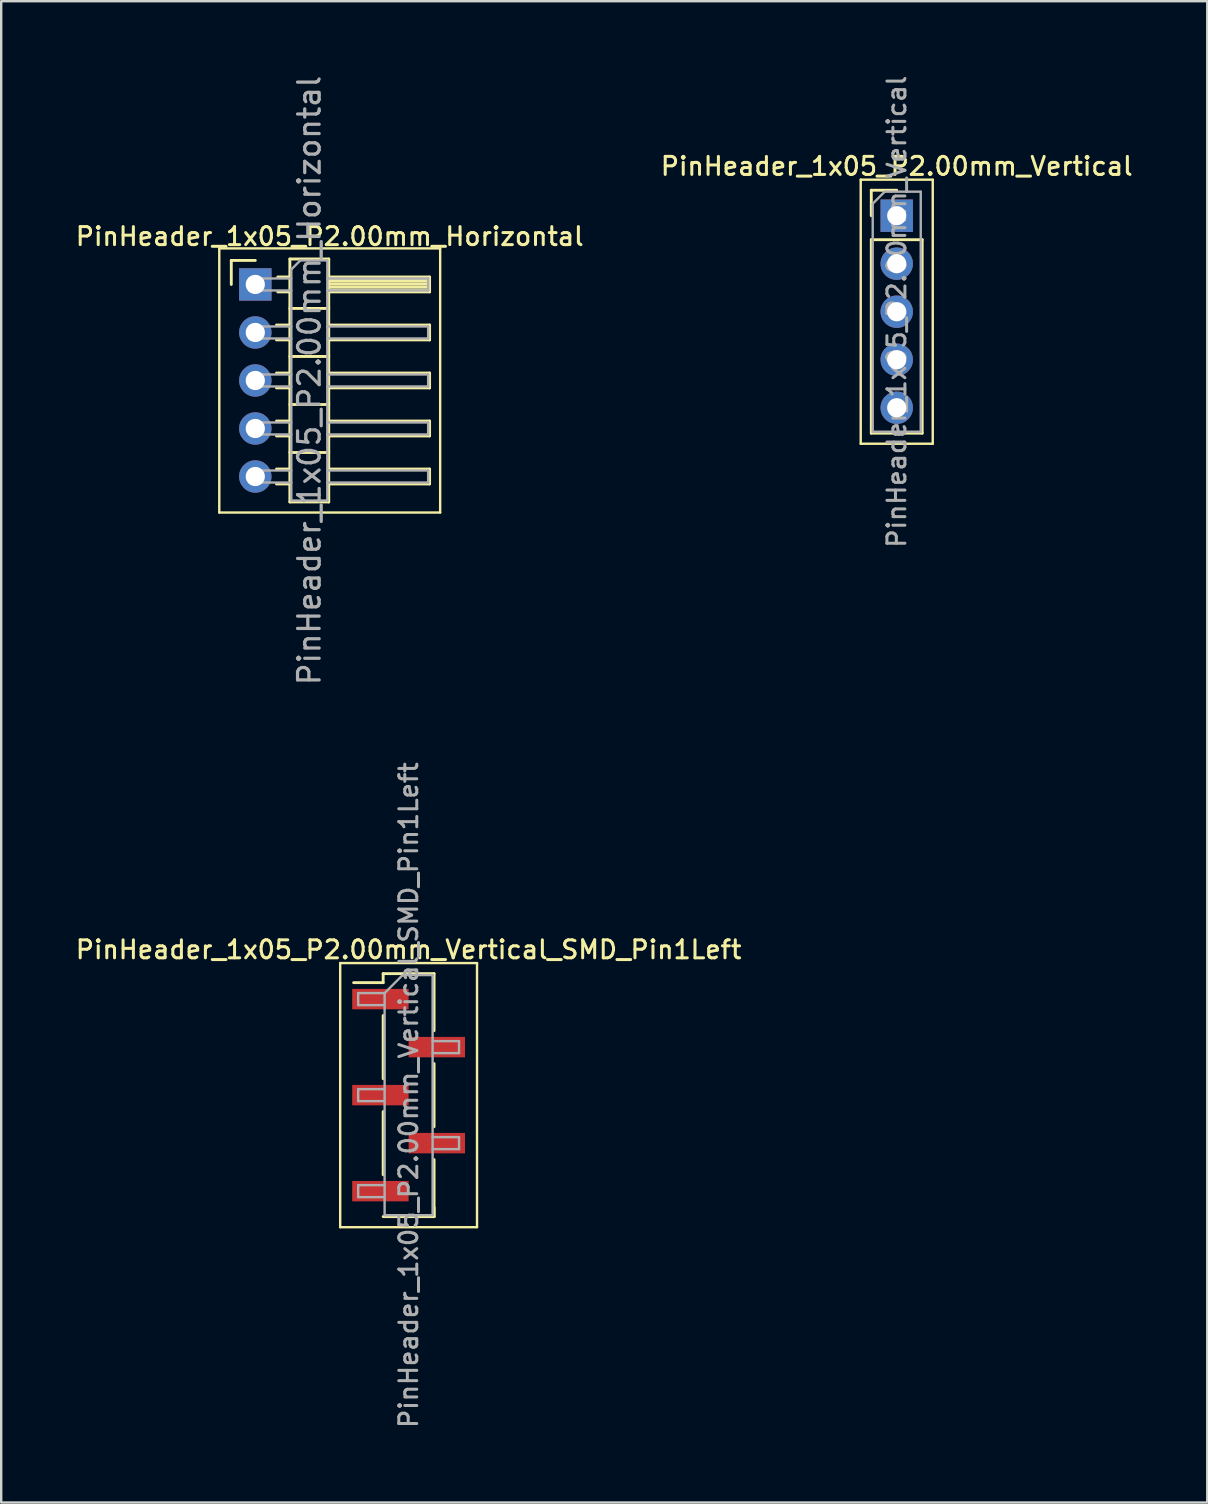
<source format=kicad_pcb>
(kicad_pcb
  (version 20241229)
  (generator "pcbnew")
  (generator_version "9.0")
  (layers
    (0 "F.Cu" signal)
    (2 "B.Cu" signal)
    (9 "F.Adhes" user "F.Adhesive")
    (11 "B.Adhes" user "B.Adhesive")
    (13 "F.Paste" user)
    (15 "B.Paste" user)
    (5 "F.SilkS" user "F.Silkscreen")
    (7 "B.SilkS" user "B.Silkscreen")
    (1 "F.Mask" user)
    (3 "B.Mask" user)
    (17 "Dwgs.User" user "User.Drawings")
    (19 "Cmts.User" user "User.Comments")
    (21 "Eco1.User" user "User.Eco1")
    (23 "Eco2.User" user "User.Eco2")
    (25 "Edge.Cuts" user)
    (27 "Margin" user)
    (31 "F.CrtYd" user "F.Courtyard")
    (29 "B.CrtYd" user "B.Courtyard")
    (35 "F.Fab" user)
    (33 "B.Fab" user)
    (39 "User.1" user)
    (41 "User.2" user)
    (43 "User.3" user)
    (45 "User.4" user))
  (footprint "PinHeader_1x05_P2.00mm_Vertical_SMD_Pin1Left"
    (layer "F.Cu")
    (at 13.97 42.566)
    (property "Reference" "PinHeader_1x05_P2.00mm_Vertical_SMD_Pin1Left" (at 0 -6.06 0) (layer "F.SilkS") (effects (font (size 0.75 0.75) (thickness 0.125))))
    (attr smd)
    (fp_line (start -2.85 -5.5) (end -2.85 5.5) (stroke (width 0.1) (type solid)) (layer "F.SilkS"))
    (fp_line (start -2.85 5.5) (end 2.85 5.5) (stroke (width 0.1) (type solid)) (layer "F.SilkS"))
    (fp_line (start -1.06 -5.06) (end -1.06 -4.685) (stroke (width 0.12) (type solid)) (layer "F.SilkS"))
    (fp_line (start -1.06 -5.06) (end 1.06 -5.06) (stroke (width 0.12) (type solid)) (layer "F.SilkS"))
    (fp_line (start -1.06 -4.685) (end -2.29 -4.685) (stroke (width 0.12) (type solid)) (layer "F.SilkS"))
    (fp_line (start -1.06 -3.315) (end -1.06 -0.685) (stroke (width 0.12) (type solid)) (layer "F.SilkS"))
    (fp_line (start -1.06 0.685) (end -1.06 3.315) (stroke (width 0.12) (type solid)) (layer "F.SilkS"))
    (fp_line (start -1.06 5.06) (end 1.06 5.06) (stroke (width 0.12) (type solid)) (layer "F.SilkS"))
    (fp_line (start 1.06 -5.06) (end 1.06 -2.685) (stroke (width 0.12) (type solid)) (layer "F.SilkS"))
    (fp_line (start 1.06 -1.315) (end 1.06 1.315) (stroke (width 0.12) (type solid)) (layer "F.SilkS"))
    (fp_line (start 1.06 2.685) (end 1.06 5.06) (stroke (width 0.12) (type solid)) (layer "F.SilkS"))
    (fp_line (start 1.06 4.685) (end 1.06 5.06) (stroke (width 0.12) (type solid)) (layer "F.SilkS"))
    (fp_line (start 2.85 -5.5) (end -2.85 -5.5) (stroke (width 0.1) (type solid)) (layer "F.SilkS"))
    (fp_line (start 2.85 5.5) (end 2.85 -5.5) (stroke (width 0.1) (type solid)) (layer "F.SilkS"))
    (fp_line (start -2.1 -4.25) (end -2.1 -3.75) (stroke (width 0.1) (type solid)) (layer "F.Fab"))
    (fp_line (start -2.1 -3.75) (end -1 -3.75) (stroke (width 0.1) (type solid)) (layer "F.Fab"))
    (fp_line (start -2.1 -0.25) (end -2.1 0.25) (stroke (width 0.1) (type solid)) (layer "F.Fab"))
    (fp_line (start -2.1 0.25) (end -1 0.25) (stroke (width 0.1) (type solid)) (layer "F.Fab"))
    (fp_line (start -2.1 3.75) (end -2.1 4.25) (stroke (width 0.1) (type solid)) (layer "F.Fab"))
    (fp_line (start -2.1 4.25) (end -1 4.25) (stroke (width 0.1) (type solid)) (layer "F.Fab"))
    (fp_line (start -1 -4.25) (end -2.1 -4.25) (stroke (width 0.1) (type solid)) (layer "F.Fab"))
    (fp_line (start -1 -4.25) (end -0.25 -5) (stroke (width 0.1) (type solid)) (layer "F.Fab"))
    (fp_line (start -1 -0.25) (end -2.1 -0.25) (stroke (width 0.1) (type solid)) (layer "F.Fab"))
    (fp_line (start -1 3.75) (end -2.1 3.75) (stroke (width 0.1) (type solid)) (layer "F.Fab"))
    (fp_line (start -1 5) (end -1 -4.25) (stroke (width 0.1) (type solid)) (layer "F.Fab"))
    (fp_line (start -0.25 -5) (end 1 -5) (stroke (width 0.1) (type solid)) (layer "F.Fab"))
    (fp_line (start 1 -5) (end 1 5) (stroke (width 0.1) (type solid)) (layer "F.Fab"))
    (fp_line (start 1 -2.25) (end 2.1 -2.25) (stroke (width 0.1) (type solid)) (layer "F.Fab"))
    (fp_line (start 1 1.75) (end 2.1 1.75) (stroke (width 0.1) (type solid)) (layer "F.Fab"))
    (fp_line (start 1 5) (end -1 5) (stroke (width 0.1) (type solid)) (layer "F.Fab"))
    (fp_line (start 2.1 -2.25) (end 2.1 -1.75) (stroke (width 0.1) (type solid)) (layer "F.Fab"))
    (fp_line (start 2.1 -1.75) (end 1 -1.75) (stroke (width 0.1) (type solid)) (layer "F.Fab"))
    (fp_line (start 2.1 1.75) (end 2.1 2.25) (stroke (width 0.1) (type solid)) (layer "F.Fab"))
    (fp_line (start 2.1 2.25) (end 1 2.25) (stroke (width 0.1) (type solid)) (layer "F.Fab"))
    (fp_text user "${REFERENCE}" (at 0 0 90) (layer "F.Fab") (effects (font (size 0.75 0.75) (thickness 0.125))))
    (pad "1" smd rect (at -1.175 -4) (size 2.35 0.85) (layers "F.Cu" "F.Mask" "F.Paste"))
    (pad "2" smd rect (at 1.175 -2) (size 2.35 0.85) (layers "F.Cu" "F.Mask" "F.Paste"))
    (pad "3" smd rect (at -1.175 0) (size 2.35 0.85) (layers "F.Cu" "F.Mask" "F.Paste"))
    (pad "4" smd rect (at 1.175 2) (size 2.35 0.85) (layers "F.Cu" "F.Mask" "F.Paste"))
    (pad "5" smd rect (at -1.175 4) (size 2.35 0.85) (layers "F.Cu" "F.Mask" "F.Paste")))
  (footprint "PinHeader_1x05_P2.00mm_Horizontal"
    (layer "F.Cu")
    (at 7.584 8.798)
    (property "Reference" "PinHeader_1x05_P2.00mm_Horizontal" (at 3.1 -2 0) (layer "F.SilkS") (effects (font (size 0.75 0.75) (thickness 0.125))))
    (attr through_hole)
    (fp_line (start -1.5 -1.5) (end -1.5 9.5) (stroke (width 0.1) (type solid)) (layer "F.SilkS"))
    (fp_line (start -1.5 9.5) (end 7.7 9.5) (stroke (width 0.1) (type solid)) (layer "F.SilkS"))
    (fp_line (start -1 -1) (end 0 -1) (stroke (width 0.12) (type solid)) (layer "F.SilkS"))
    (fp_line (start -1 0) (end -1 -1) (stroke (width 0.12) (type solid)) (layer "F.SilkS"))
    (fp_line (start 0.882 1.69) (end 1.44 1.69) (stroke (width 0.12) (type solid)) (layer "F.SilkS"))
    (fp_line (start 0.882 2.31) (end 1.44 2.31) (stroke (width 0.12) (type solid)) (layer "F.SilkS"))
    (fp_line (start 0.882 3.69) (end 1.44 3.69) (stroke (width 0.12) (type solid)) (layer "F.SilkS"))
    (fp_line (start 0.882 4.31) (end 1.44 4.31) (stroke (width 0.12) (type solid)) (layer "F.SilkS"))
    (fp_line (start 0.882 5.69) (end 1.44 5.69) (stroke (width 0.12) (type solid)) (layer "F.SilkS"))
    (fp_line (start 0.882 6.31) (end 1.44 6.31) (stroke (width 0.12) (type solid)) (layer "F.SilkS"))
    (fp_line (start 0.882 7.69) (end 1.44 7.69) (stroke (width 0.12) (type solid)) (layer "F.SilkS"))
    (fp_line (start 0.882 8.31) (end 1.44 8.31) (stroke (width 0.12) (type solid)) (layer "F.SilkS"))
    (fp_line (start 0.935 -0.31) (end 1.44 -0.31) (stroke (width 0.12) (type solid)) (layer "F.SilkS"))
    (fp_line (start 0.935 0.31) (end 1.44 0.31) (stroke (width 0.12) (type solid)) (layer "F.SilkS"))
    (fp_line (start 1.44 -1.06) (end 1.44 9.06) (stroke (width 0.12) (type solid)) (layer "F.SilkS"))
    (fp_line (start 1.44 1) (end 3.06 1) (stroke (width 0.12) (type solid)) (layer "F.SilkS"))
    (fp_line (start 1.44 3) (end 3.06 3) (stroke (width 0.12) (type solid)) (layer "F.SilkS"))
    (fp_line (start 1.44 5) (end 3.06 5) (stroke (width 0.12) (type solid)) (layer "F.SilkS"))
    (fp_line (start 1.44 7) (end 3.06 7) (stroke (width 0.12) (type solid)) (layer "F.SilkS"))
    (fp_line (start 1.44 9.06) (end 3.06 9.06) (stroke (width 0.12) (type solid)) (layer "F.SilkS"))
    (fp_line (start 3.06 -1.06) (end 1.44 -1.06) (stroke (width 0.12) (type solid)) (layer "F.SilkS"))
    (fp_line (start 3.06 -0.31) (end 7.26 -0.31) (stroke (width 0.12) (type solid)) (layer "F.SilkS"))
    (fp_line (start 3.06 -0.25) (end 7.26 -0.25) (stroke (width 0.12) (type solid)) (layer "F.SilkS"))
    (fp_line (start 3.06 -0.13) (end 7.26 -0.13) (stroke (width 0.12) (type solid)) (layer "F.SilkS"))
    (fp_line (start 3.06 -0.01) (end 7.26 -0.01) (stroke (width 0.12) (type solid)) (layer "F.SilkS"))
    (fp_line (start 3.06 0.11) (end 7.26 0.11) (stroke (width 0.12) (type solid)) (layer "F.SilkS"))
    (fp_line (start 3.06 0.23) (end 7.26 0.23) (stroke (width 0.12) (type solid)) (layer "F.SilkS"))
    (fp_line (start 3.06 1.69) (end 7.26 1.69) (stroke (width 0.12) (type solid)) (layer "F.SilkS"))
    (fp_line (start 3.06 3.69) (end 7.26 3.69) (stroke (width 0.12) (type solid)) (layer "F.SilkS"))
    (fp_line (start 3.06 5.69) (end 7.26 5.69) (stroke (width 0.12) (type solid)) (layer "F.SilkS"))
    (fp_line (start 3.06 7.69) (end 7.26 7.69) (stroke (width 0.12) (type solid)) (layer "F.SilkS"))
    (fp_line (start 3.06 9.06) (end 3.06 -1.06) (stroke (width 0.12) (type solid)) (layer "F.SilkS"))
    (fp_line (start 7.26 -0.31) (end 7.26 0.31) (stroke (width 0.12) (type solid)) (layer "F.SilkS"))
    (fp_line (start 7.26 0.31) (end 3.06 0.31) (stroke (width 0.12) (type solid)) (layer "F.SilkS"))
    (fp_line (start 7.26 1.69) (end 7.26 2.31) (stroke (width 0.12) (type solid)) (layer "F.SilkS"))
    (fp_line (start 7.26 2.31) (end 3.06 2.31) (stroke (width 0.12) (type solid)) (layer "F.SilkS"))
    (fp_line (start 7.26 3.69) (end 7.26 4.31) (stroke (width 0.12) (type solid)) (layer "F.SilkS"))
    (fp_line (start 7.26 4.31) (end 3.06 4.31) (stroke (width 0.12) (type solid)) (layer "F.SilkS"))
    (fp_line (start 7.26 5.69) (end 7.26 6.31) (stroke (width 0.12) (type solid)) (layer "F.SilkS"))
    (fp_line (start 7.26 6.31) (end 3.06 6.31) (stroke (width 0.12) (type solid)) (layer "F.SilkS"))
    (fp_line (start 7.26 7.69) (end 7.26 8.31) (stroke (width 0.12) (type solid)) (layer "F.SilkS"))
    (fp_line (start 7.26 8.31) (end 3.06 8.31) (stroke (width 0.12) (type solid)) (layer "F.SilkS"))
    (fp_line (start 7.7 -1.5) (end -1.5 -1.5) (stroke (width 0.1) (type solid)) (layer "F.SilkS"))
    (fp_line (start 7.7 9.5) (end 7.7 -1.5) (stroke (width 0.1) (type solid)) (layer "F.SilkS"))
    (fp_line (start -0.25 -0.25) (end -0.25 0.25) (stroke (width 0.1) (type solid)) (layer "F.Fab"))
    (fp_line (start -0.25 -0.25) (end 1.5 -0.25) (stroke (width 0.1) (type solid)) (layer "F.Fab"))
    (fp_line (start -0.25 0.25) (end 1.5 0.25) (stroke (width 0.1) (type solid)) (layer "F.Fab"))
    (fp_line (start -0.25 1.75) (end -0.25 2.25) (stroke (width 0.1) (type solid)) (layer "F.Fab"))
    (fp_line (start -0.25 1.75) (end 1.5 1.75) (stroke (width 0.1) (type solid)) (layer "F.Fab"))
    (fp_line (start -0.25 2.25) (end 1.5 2.25) (stroke (width 0.1) (type solid)) (layer "F.Fab"))
    (fp_line (start -0.25 3.75) (end -0.25 4.25) (stroke (width 0.1) (type solid)) (layer "F.Fab"))
    (fp_line (start -0.25 3.75) (end 1.5 3.75) (stroke (width 0.1) (type solid)) (layer "F.Fab"))
    (fp_line (start -0.25 4.25) (end 1.5 4.25) (stroke (width 0.1) (type solid)) (layer "F.Fab"))
    (fp_line (start -0.25 5.75) (end -0.25 6.25) (stroke (width 0.1) (type solid)) (layer "F.Fab"))
    (fp_line (start -0.25 5.75) (end 1.5 5.75) (stroke (width 0.1) (type solid)) (layer "F.Fab"))
    (fp_line (start -0.25 6.25) (end 1.5 6.25) (stroke (width 0.1) (type solid)) (layer "F.Fab"))
    (fp_line (start -0.25 7.75) (end -0.25 8.25) (stroke (width 0.1) (type solid)) (layer "F.Fab"))
    (fp_line (start -0.25 7.75) (end 1.5 7.75) (stroke (width 0.1) (type solid)) (layer "F.Fab"))
    (fp_line (start -0.25 8.25) (end 1.5 8.25) (stroke (width 0.1) (type solid)) (layer "F.Fab"))
    (fp_line (start 1.5 -0.625) (end 1.875 -1) (stroke (width 0.1) (type solid)) (layer "F.Fab"))
    (fp_line (start 1.5 9) (end 1.5 -0.625) (stroke (width 0.1) (type solid)) (layer "F.Fab"))
    (fp_line (start 1.875 -1) (end 3 -1) (stroke (width 0.1) (type solid)) (layer "F.Fab"))
    (fp_line (start 3 -1) (end 3 9) (stroke (width 0.1) (type solid)) (layer "F.Fab"))
    (fp_line (start 3 -0.25) (end 7.2 -0.25) (stroke (width 0.1) (type solid)) (layer "F.Fab"))
    (fp_line (start 3 0.25) (end 7.2 0.25) (stroke (width 0.1) (type solid)) (layer "F.Fab"))
    (fp_line (start 3 1.75) (end 7.2 1.75) (stroke (width 0.1) (type solid)) (layer "F.Fab"))
    (fp_line (start 3 2.25) (end 7.2 2.25) (stroke (width 0.1) (type solid)) (layer "F.Fab"))
    (fp_line (start 3 3.75) (end 7.2 3.75) (stroke (width 0.1) (type solid)) (layer "F.Fab"))
    (fp_line (start 3 4.25) (end 7.2 4.25) (stroke (width 0.1) (type solid)) (layer "F.Fab"))
    (fp_line (start 3 5.75) (end 7.2 5.75) (stroke (width 0.1) (type solid)) (layer "F.Fab"))
    (fp_line (start 3 6.25) (end 7.2 6.25) (stroke (width 0.1) (type solid)) (layer "F.Fab"))
    (fp_line (start 3 7.75) (end 7.2 7.75) (stroke (width 0.1) (type solid)) (layer "F.Fab"))
    (fp_line (start 3 8.25) (end 7.2 8.25) (stroke (width 0.1) (type solid)) (layer "F.Fab"))
    (fp_line (start 3 9) (end 1.5 9) (stroke (width 0.1) (type solid)) (layer "F.Fab"))
    (fp_line (start 7.2 -0.25) (end 7.2 0.25) (stroke (width 0.1) (type solid)) (layer "F.Fab"))
    (fp_line (start 7.2 1.75) (end 7.2 2.25) (stroke (width 0.1) (type solid)) (layer "F.Fab"))
    (fp_line (start 7.2 3.75) (end 7.2 4.25) (stroke (width 0.1) (type solid)) (layer "F.Fab"))
    (fp_line (start 7.2 5.75) (end 7.2 6.25) (stroke (width 0.1) (type solid)) (layer "F.Fab"))
    (fp_line (start 7.2 7.75) (end 7.2 8.25) (stroke (width 0.1) (type solid)) (layer "F.Fab"))
    (fp_text user "${REFERENCE}" (at 2.25 4 90) (layer "F.Fab") (effects (font (size 0.9 0.9) (thickness 0.135))))
    (pad "1" thru_hole rect (at 0 0) (size 1.35 1.35) (drill 0.8) (layers "*.Cu" "*.Mask"))
    (pad "2" thru_hole oval (at 0 2) (size 1.35 1.35) (drill 0.8) (layers "*.Cu" "*.Mask"))
    (pad "3" thru_hole oval (at 0 4) (size 1.35 1.35) (drill 0.8) (layers "*.Cu" "*.Mask"))
    (pad "4" thru_hole oval (at 0 6) (size 1.35 1.35) (drill 0.8) (layers "*.Cu" "*.Mask"))
    (pad "5" thru_hole oval (at 0 8) (size 1.35 1.35) (drill 0.8) (layers "*.Cu" "*.Mask")))
  (footprint "PinHeader_1x05_P2.00mm_Vertical"
    (layer "F.Cu")
    (at 34.302 5.934)
    (property "Reference" "PinHeader_1x05_P2.00mm_Vertical" (at 0 -2.06 0) (layer "F.SilkS") (effects (font (size 0.75 0.75) (thickness 0.125))))
    (attr through_hole)
    (fp_line (start -1.5 -1.5) (end -1.5 9.5) (stroke (width 0.1) (type solid)) (layer "F.SilkS"))
    (fp_line (start -1.5 9.5) (end 1.5 9.5) (stroke (width 0.1) (type solid)) (layer "F.SilkS"))
    (fp_line (start -1.06 -1.06) (end 0 -1.06) (stroke (width 0.12) (type solid)) (layer "F.SilkS"))
    (fp_line (start -1.06 0) (end -1.06 -1.06) (stroke (width 0.12) (type solid)) (layer "F.SilkS"))
    (fp_line (start -1.06 1) (end -1.06 9.06) (stroke (width 0.12) (type solid)) (layer "F.SilkS"))
    (fp_line (start -1.06 1) (end 1.06 1) (stroke (width 0.12) (type solid)) (layer "F.SilkS"))
    (fp_line (start -1.06 9.06) (end 1.06 9.06) (stroke (width 0.12) (type solid)) (layer "F.SilkS"))
    (fp_line (start 1.06 1) (end 1.06 9.06) (stroke (width 0.12) (type solid)) (layer "F.SilkS"))
    (fp_line (start 1.5 -1.5) (end -1.5 -1.5) (stroke (width 0.1) (type solid)) (layer "F.SilkS"))
    (fp_line (start 1.5 9.5) (end 1.5 -1.5) (stroke (width 0.1) (type solid)) (layer "F.SilkS"))
    (fp_line (start -1 -0.5) (end -0.5 -1) (stroke (width 0.1) (type solid)) (layer "F.Fab"))
    (fp_line (start -1 9) (end -1 -0.5) (stroke (width 0.1) (type solid)) (layer "F.Fab"))
    (fp_line (start -0.5 -1) (end 1 -1) (stroke (width 0.1) (type solid)) (layer "F.Fab"))
    (fp_line (start 1 -1) (end 1 9) (stroke (width 0.1) (type solid)) (layer "F.Fab"))
    (fp_line (start 1 9) (end -1 9) (stroke (width 0.1) (type solid)) (layer "F.Fab"))
    (fp_text user "${REFERENCE}" (at 0 4 90) (layer "F.Fab") (effects (font (size 0.75 0.75) (thickness 0.125))))
    (pad "1" thru_hole rect (at 0 0) (size 1.35 1.35) (drill 0.8) (layers "*.Cu" "*.Mask"))
    (pad "2" thru_hole oval (at 0 2) (size 1.35 1.35) (drill 0.8) (layers "*.Cu" "*.Mask"))
    (pad "3" thru_hole oval (at 0 4) (size 1.35 1.35) (drill 0.8) (layers "*.Cu" "*.Mask"))
    (pad "4" thru_hole oval (at 0 6) (size 1.35 1.35) (drill 0.8) (layers "*.Cu" "*.Mask"))
    (pad "5" thru_hole oval (at 0 8) (size 1.35 1.35) (drill 0.8) (layers "*.Cu" "*.Mask")))
  (gr_rect
    (start -3 -3)
    (end 47.236 59.536)
    (stroke (width 0.1) (type default))
    (fill no)
    (layer "Edge.Cuts")))
</source>
